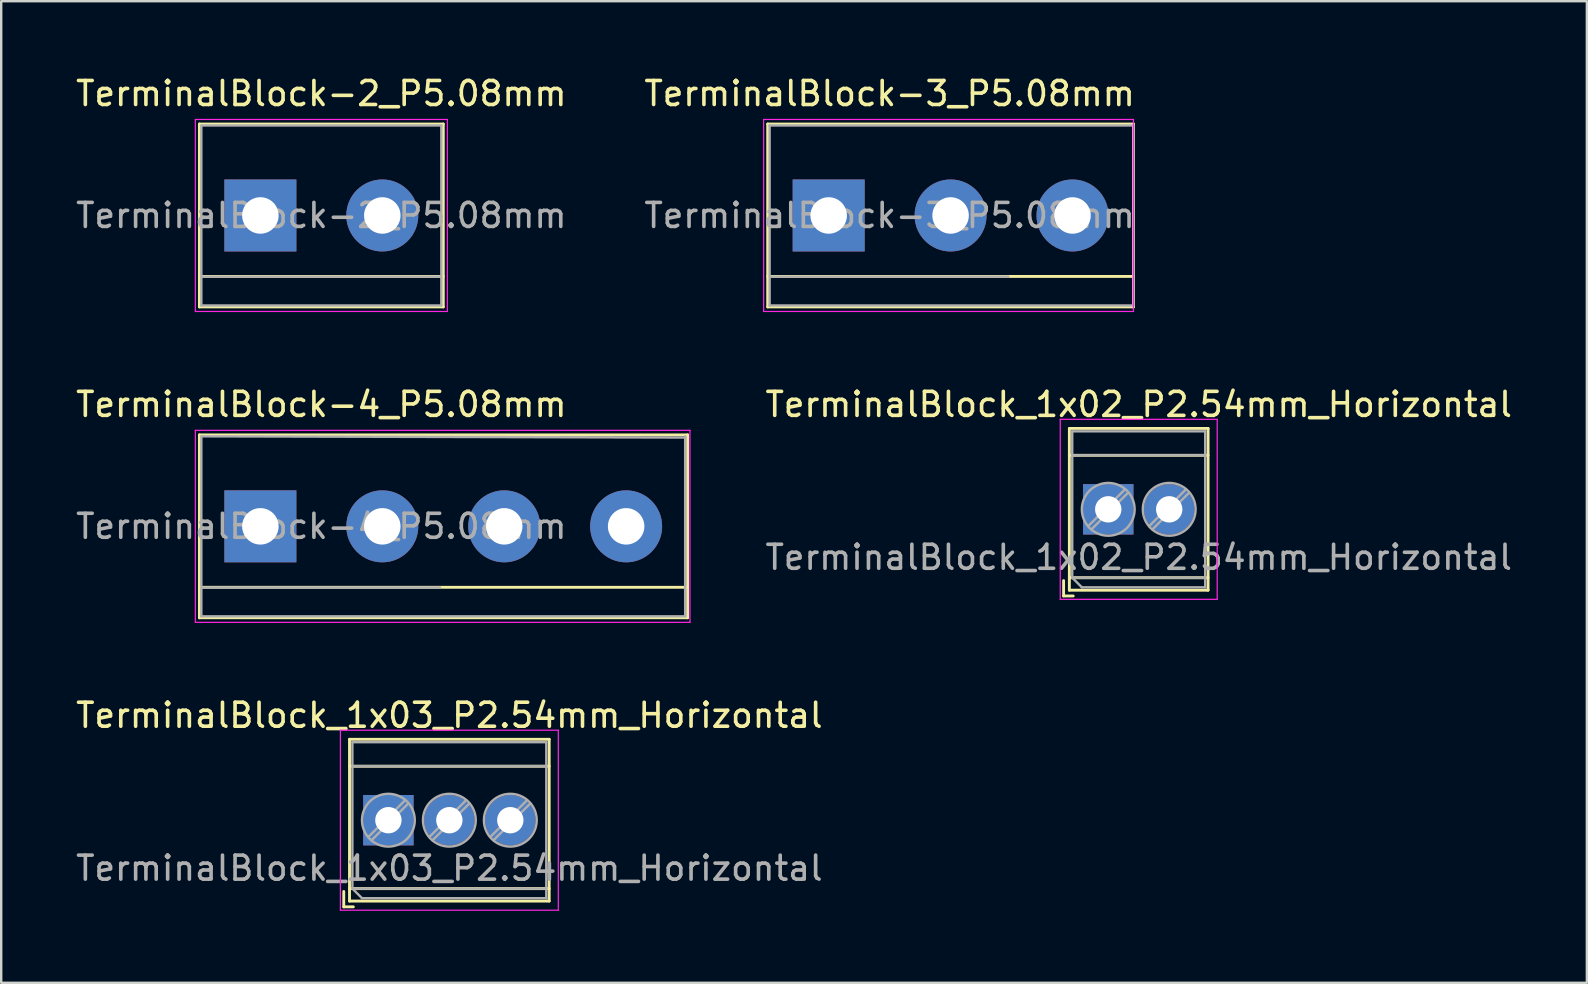
<source format=kicad_pcb>
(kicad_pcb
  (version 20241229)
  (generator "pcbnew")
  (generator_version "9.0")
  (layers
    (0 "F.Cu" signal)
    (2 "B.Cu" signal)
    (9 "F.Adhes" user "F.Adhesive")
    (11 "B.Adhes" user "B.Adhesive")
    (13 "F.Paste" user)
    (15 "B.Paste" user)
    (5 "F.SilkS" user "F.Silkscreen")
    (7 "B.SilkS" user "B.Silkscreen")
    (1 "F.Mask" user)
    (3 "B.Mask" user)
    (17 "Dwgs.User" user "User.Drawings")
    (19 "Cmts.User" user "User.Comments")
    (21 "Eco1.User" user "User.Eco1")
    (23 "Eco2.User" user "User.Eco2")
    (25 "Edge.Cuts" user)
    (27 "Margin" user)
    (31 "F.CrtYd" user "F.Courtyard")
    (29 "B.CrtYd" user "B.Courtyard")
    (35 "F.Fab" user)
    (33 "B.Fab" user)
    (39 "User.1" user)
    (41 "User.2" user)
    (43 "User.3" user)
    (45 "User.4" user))
  (footprint "TerminalBlock-3_P5.08mm"
    (layer "F.Cu")
    (at 31.478 5.928)
    (property "Reference" "TerminalBlock-3_P5.08mm" (at 2.54 -5.08 0) (layer "F.SilkS") (effects (font (size 1 1) (thickness 0.15))))
    (attr through_hole)
    (fp_line (start -2.54 -3.81) (end -2.54 3.81) (stroke (width 0.12) (type solid)) (layer "F.SilkS"))
    (fp_line (start -2.54 3.81) (end 12.7 3.81) (stroke (width 0.12) (type solid)) (layer "F.SilkS"))
    (fp_line (start 12.7 -3.81) (end -2.54 -3.81) (stroke (width 0.12) (type solid)) (layer "F.SilkS"))
    (fp_line (start 12.7 2.54) (end -2.54 2.54) (stroke (width 0.12) (type solid)) (layer "F.SilkS"))
    (fp_line (start 12.7 3.81) (end 12.7 -3.81) (stroke (width 0.12) (type solid)) (layer "F.SilkS"))
    (fp_line (start -2.71 -4) (end -2.71 4) (stroke (width 0.05) (type solid)) (layer "F.CrtYd"))
    (fp_line (start -2.71 -4) (end 12.7 -4) (stroke (width 0.05) (type solid)) (layer "F.CrtYd"))
    (fp_line (start 12.7 4) (end -2.71 4) (stroke (width 0.05) (type solid)) (layer "F.CrtYd"))
    (fp_line (start 12.7 4) (end 12.7 -4) (stroke (width 0.05) (type solid)) (layer "F.CrtYd"))
    (fp_line (start -2.46 -3.75) (end -2.46 3.75) (stroke (width 0.1) (type solid)) (layer "F.Fab"))
    (fp_line (start -2.46 3.75) (end 12.7 3.75) (stroke (width 0.1) (type solid)) (layer "F.Fab"))
    (fp_line (start -2.41 2.55) (end 7.49 2.55) (stroke (width 0.1) (type solid)) (layer "F.Fab"))
    (fp_line (start 12.7 -3.75) (end -2.46 -3.75) (stroke (width 0.1) (type solid)) (layer "F.Fab"))
    (fp_line (start 12.7 3.75) (end 12.7 -3.75) (stroke (width 0.1) (type solid)) (layer "F.Fab"))
    (fp_text user "${REFERENCE}" (at 2.54 0 0) (layer "F.Fab") (effects (font (size 1 1) (thickness 0.15))))
    (pad "1" thru_hole rect (at 0 0) (size 3 3) (drill 1.52) (layers "*.Cu" "*.Mask"))
    (pad "2" thru_hole circle (at 5.08 0) (size 3 3) (drill 1.52) (layers "*.Cu" "*.Mask"))
    (pad "3" thru_hole circle (at 10.16 0) (size 3 3) (drill 1.52) (layers "*.Cu" "*.Mask")))
  (footprint "TerminalBlock-2_P5.08mm"
    (layer "F.Cu")
    (at 7.799 5.928)
    (property "Reference" "TerminalBlock-2_P5.08mm" (at 2.54 -5.08 0) (layer "F.SilkS") (effects (font (size 1 1) (thickness 0.15))))
    (attr through_hole)
    (fp_line (start -2.54 -3.81) (end -2.54 3.81) (stroke (width 0.12) (type solid)) (layer "F.SilkS"))
    (fp_line (start -2.54 3.81) (end 7.62 3.81) (stroke (width 0.12) (type solid)) (layer "F.SilkS"))
    (fp_line (start 7.62 -3.81) (end -2.54 -3.81) (stroke (width 0.12) (type solid)) (layer "F.SilkS"))
    (fp_line (start 7.62 2.54) (end -2.54 2.54) (stroke (width 0.12) (type solid)) (layer "F.SilkS"))
    (fp_line (start 7.62 3.81) (end 7.62 -3.81) (stroke (width 0.12) (type solid)) (layer "F.SilkS"))
    (fp_line (start -2.71 -4) (end -2.71 4) (stroke (width 0.05) (type solid)) (layer "F.CrtYd"))
    (fp_line (start -2.71 -4) (end 7.79 -4) (stroke (width 0.05) (type solid)) (layer "F.CrtYd"))
    (fp_line (start 7.79 4) (end -2.71 4) (stroke (width 0.05) (type solid)) (layer "F.CrtYd"))
    (fp_line (start 7.79 4) (end 7.79 -4) (stroke (width 0.05) (type solid)) (layer "F.CrtYd"))
    (fp_line (start -2.46 -3.75) (end -2.46 3.75) (stroke (width 0.1) (type solid)) (layer "F.Fab"))
    (fp_line (start -2.46 3.75) (end 7.54 3.75) (stroke (width 0.1) (type solid)) (layer "F.Fab"))
    (fp_line (start -2.41 2.55) (end 7.49 2.55) (stroke (width 0.1) (type solid)) (layer "F.Fab"))
    (fp_line (start 7.54 -3.75) (end -2.46 -3.75) (stroke (width 0.1) (type solid)) (layer "F.Fab"))
    (fp_line (start 7.54 3.75) (end 7.54 -3.75) (stroke (width 0.1) (type solid)) (layer "F.Fab"))
    (fp_text user "${REFERENCE}" (at 2.54 0 0) (layer "F.Fab") (effects (font (size 1 1) (thickness 0.15))))
    (pad "1" thru_hole rect (at 0 0) (size 3 3) (drill 1.52) (layers "*.Cu" "*.Mask"))
    (pad "2" thru_hole circle (at 5.08 0) (size 3 3) (drill 1.52) (layers "*.Cu" "*.Mask")))
  (footprint "TerminalBlock-4_P5.08mm"
    (layer "F.Cu")
    (at 7.799 18.881)
    (property "Reference" "TerminalBlock-4_P5.08mm" (at 2.54 -5.08 0) (layer "F.SilkS") (effects (font (size 1 1) (thickness 0.15))))
    (attr through_hole)
    (fp_line (start -2.54 -3.81) (end -2.54 3.81) (stroke (width 0.12) (type solid)) (layer "F.SilkS"))
    (fp_line (start -2.54 3.81) (end 17.8 3.81) (stroke (width 0.12) (type solid)) (layer "F.SilkS"))
    (fp_line (start 17.8 -3.81) (end -2.54 -3.81) (stroke (width 0.12) (type solid)) (layer "F.SilkS"))
    (fp_line (start 17.8 2.54) (end -2.54 2.54) (stroke (width 0.12) (type solid)) (layer "F.SilkS"))
    (fp_line (start 17.8 3.81) (end 17.8 -3.81) (stroke (width 0.12) (type solid)) (layer "F.SilkS"))
    (fp_line (start -2.71 -4) (end -2.71 4) (stroke (width 0.05) (type solid)) (layer "F.CrtYd"))
    (fp_line (start -2.71 -4) (end 17.9 -4) (stroke (width 0.05) (type solid)) (layer "F.CrtYd"))
    (fp_line (start 17.9 4) (end -2.71 4) (stroke (width 0.05) (type solid)) (layer "F.CrtYd"))
    (fp_line (start 17.9 4) (end 17.9 -4) (stroke (width 0.05) (type solid)) (layer "F.CrtYd"))
    (fp_line (start -2.46 -3.75) (end -2.46 3.75) (stroke (width 0.1) (type solid)) (layer "F.Fab"))
    (fp_line (start -2.46 3.75) (end 17.7 3.75) (stroke (width 0.1) (type solid)) (layer "F.Fab"))
    (fp_line (start -2.41 2.55) (end 7.49 2.55) (stroke (width 0.1) (type solid)) (layer "F.Fab"))
    (fp_line (start 17.7 -3.7) (end -2.46 -3.75) (stroke (width 0.1) (type solid)) (layer "F.Fab"))
    (fp_line (start 17.7 3.75) (end 17.7 -3.75) (stroke (width 0.1) (type solid)) (layer "F.Fab"))
    (fp_text user "${REFERENCE}" (at 2.54 0 0) (layer "F.Fab") (effects (font (size 1 1) (thickness 0.15))))
    (pad "1" thru_hole rect (at 0 0) (size 3 3) (drill 1.52) (layers "*.Cu" "*.Mask"))
    (pad "2" thru_hole circle (at 5.08 0) (size 3 3) (drill 1.52) (layers "*.Cu" "*.Mask"))
    (pad "3" thru_hole circle (at 10.16 0) (size 3 3) (drill 1.52) (layers "*.Cu" "*.Mask"))
    (pad "4" thru_hole circle (at 15.24 0) (size 3 3) (drill 1.52) (layers "*.Cu" "*.Mask")))
  (footprint "TerminalBlock_1x03_P2.54mm_Horizontal"
    (layer "F.Cu")
    (at 13.133 31.125)
    (property "Reference" "TerminalBlock_1x03_P2.54mm_Horizontal" (at 2.54 -4.37 0) (layer "F.SilkS") (effects (font (size 1 1) (thickness 0.15))))
    (attr through_hole)
    (fp_line (start -1.86 2.97) (end -1.86 3.61) (stroke (width 0.12) (type solid)) (layer "F.SilkS"))
    (fp_line (start -1.86 3.61) (end -1.46 3.61) (stroke (width 0.12) (type solid)) (layer "F.SilkS"))
    (fp_line (start -1.62 -3.37) (end -1.62 3.37) (stroke (width 0.12) (type solid)) (layer "F.SilkS"))
    (fp_line (start -1.62 -3.37) (end 6.7 -3.37) (stroke (width 0.12) (type solid)) (layer "F.SilkS"))
    (fp_line (start -1.62 -2.25) (end 6.7 -2.25) (stroke (width 0.12) (type solid)) (layer "F.SilkS"))
    (fp_line (start -1.62 2.85) (end 6.7 2.85) (stroke (width 0.12) (type solid)) (layer "F.SilkS"))
    (fp_line (start -1.62 3.37) (end 6.7 3.37) (stroke (width 0.12) (type solid)) (layer "F.SilkS"))
    (fp_line (start 6.7 -3.37) (end 6.7 3.37) (stroke (width 0.12) (type solid)) (layer "F.SilkS"))
    (fp_line (start -2 -3.75) (end -2 3.75) (stroke (width 0.05) (type solid)) (layer "F.CrtYd"))
    (fp_line (start -2 3.75) (end 7.08 3.75) (stroke (width 0.05) (type solid)) (layer "F.CrtYd"))
    (fp_line (start 7.08 -3.75) (end -2 -3.75) (stroke (width 0.05) (type solid)) (layer "F.CrtYd"))
    (fp_line (start 7.08 3.75) (end 7.08 -3.75) (stroke (width 0.05) (type solid)) (layer "F.CrtYd"))
    (fp_line (start -1.5 -3.25) (end 6.58 -3.25) (stroke (width 0.1) (type solid)) (layer "F.Fab"))
    (fp_line (start -1.5 -2.25) (end 6.58 -2.25) (stroke (width 0.1) (type solid)) (layer "F.Fab"))
    (fp_line (start -1.5 2.85) (end -1.5 -3.25) (stroke (width 0.1) (type solid)) (layer "F.Fab"))
    (fp_line (start -1.5 2.85) (end 6.58 2.85) (stroke (width 0.1) (type solid)) (layer "F.Fab"))
    (fp_line (start -1.1 3.25) (end -1.5 2.85) (stroke (width 0.1) (type solid)) (layer "F.Fab"))
    (fp_line (start 0.701 -0.835) (end -0.835 0.7) (stroke (width 0.1) (type solid)) (layer "F.Fab"))
    (fp_line (start 0.835 -0.7) (end -0.701 0.835) (stroke (width 0.1) (type solid)) (layer "F.Fab"))
    (fp_line (start 3.241 -0.835) (end 1.706 0.7) (stroke (width 0.1) (type solid)) (layer "F.Fab"))
    (fp_line (start 3.375 -0.7) (end 1.84 0.835) (stroke (width 0.1) (type solid)) (layer "F.Fab"))
    (fp_line (start 5.781 -0.835) (end 4.246 0.7) (stroke (width 0.1) (type solid)) (layer "F.Fab"))
    (fp_line (start 5.915 -0.7) (end 4.38 0.835) (stroke (width 0.1) (type solid)) (layer "F.Fab"))
    (fp_line (start 6.58 -3.25) (end 6.58 3.25) (stroke (width 0.1) (type solid)) (layer "F.Fab"))
    (fp_line (start 6.58 3.25) (end -1.1 3.25) (stroke (width 0.1) (type solid)) (layer "F.Fab"))
    (fp_circle (center 0 0) (end 1.1 0) (stroke (width 0.1) (type solid)) (fill no) (layer "F.Fab"))
    (fp_circle (center 2.54 0) (end 3.64 0) (stroke (width 0.1) (type solid)) (fill no) (layer "F.Fab"))
    (fp_circle (center 5.08 0) (end 6.18 0) (stroke (width 0.1) (type solid)) (fill no) (layer "F.Fab"))
    (fp_text user "${REFERENCE}" (at 2.54 2 0) (layer "F.Fab") (effects (font (size 1 1) (thickness 0.15))))
    (pad "1" thru_hole rect (at 0 0) (size 2.1 2.1) (drill 1.1) (layers "*.Cu" "*.Mask"))
    (pad "2" thru_hole circle (at 2.54 0) (size 2.1 2.1) (drill 1.1) (layers "*.Cu" "*.Mask"))
    (pad "3" thru_hole circle (at 5.08 0) (size 2.1 2.1) (drill 1.1) (layers "*.Cu" "*.Mask")))
  (footprint "TerminalBlock_1x02_P2.54mm_Horizontal"
    (layer "F.Cu")
    (at 43.127 18.172)
    (property "Reference" "TerminalBlock_1x02_P2.54mm_Horizontal" (at 1.27 -4.37 0) (layer "F.SilkS") (effects (font (size 1 1) (thickness 0.15))))
    (attr through_hole)
    (fp_line (start -1.86 2.97) (end -1.86 3.61) (stroke (width 0.12) (type solid)) (layer "F.SilkS"))
    (fp_line (start -1.86 3.61) (end -1.46 3.61) (stroke (width 0.12) (type solid)) (layer "F.SilkS"))
    (fp_line (start -1.62 -3.37) (end -1.62 3.37) (stroke (width 0.12) (type solid)) (layer "F.SilkS"))
    (fp_line (start -1.62 -3.37) (end 4.16 -3.37) (stroke (width 0.12) (type solid)) (layer "F.SilkS"))
    (fp_line (start -1.62 -2.25) (end 4.16 -2.25) (stroke (width 0.12) (type solid)) (layer "F.SilkS"))
    (fp_line (start -1.62 2.85) (end 4.16 2.85) (stroke (width 0.12) (type solid)) (layer "F.SilkS"))
    (fp_line (start -1.62 3.37) (end 4.16 3.37) (stroke (width 0.12) (type solid)) (layer "F.SilkS"))
    (fp_line (start 4.16 -3.37) (end 4.16 3.37) (stroke (width 0.12) (type solid)) (layer "F.SilkS"))
    (fp_line (start -2 -3.75) (end -2 3.75) (stroke (width 0.05) (type solid)) (layer "F.CrtYd"))
    (fp_line (start -2 3.75) (end 4.54 3.75) (stroke (width 0.05) (type solid)) (layer "F.CrtYd"))
    (fp_line (start 4.54 -3.75) (end -2 -3.75) (stroke (width 0.05) (type solid)) (layer "F.CrtYd"))
    (fp_line (start 4.54 3.75) (end 4.54 -3.75) (stroke (width 0.05) (type solid)) (layer "F.CrtYd"))
    (fp_line (start -1.5 -3.25) (end 4.04 -3.25) (stroke (width 0.1) (type solid)) (layer "F.Fab"))
    (fp_line (start -1.5 -2.25) (end 4.04 -2.25) (stroke (width 0.1) (type solid)) (layer "F.Fab"))
    (fp_line (start -1.5 2.85) (end -1.5 -3.25) (stroke (width 0.1) (type solid)) (layer "F.Fab"))
    (fp_line (start -1.5 2.85) (end 4.04 2.85) (stroke (width 0.1) (type solid)) (layer "F.Fab"))
    (fp_line (start -1.1 3.25) (end -1.5 2.85) (stroke (width 0.1) (type solid)) (layer "F.Fab"))
    (fp_line (start 0.701 -0.835) (end -0.835 0.7) (stroke (width 0.1) (type solid)) (layer "F.Fab"))
    (fp_line (start 0.835 -0.7) (end -0.701 0.835) (stroke (width 0.1) (type solid)) (layer "F.Fab"))
    (fp_line (start 3.241 -0.835) (end 1.706 0.7) (stroke (width 0.1) (type solid)) (layer "F.Fab"))
    (fp_line (start 3.375 -0.7) (end 1.84 0.835) (stroke (width 0.1) (type solid)) (layer "F.Fab"))
    (fp_line (start 4.04 -3.25) (end 4.04 3.25) (stroke (width 0.1) (type solid)) (layer "F.Fab"))
    (fp_line (start 4.04 3.25) (end -1.1 3.25) (stroke (width 0.1) (type solid)) (layer "F.Fab"))
    (fp_circle (center 0 0) (end 1.1 0) (stroke (width 0.1) (type solid)) (fill no) (layer "F.Fab"))
    (fp_circle (center 2.54 0) (end 3.64 0) (stroke (width 0.1) (type solid)) (fill no) (layer "F.Fab"))
    (fp_text user "${REFERENCE}" (at 1.27 2 0) (layer "F.Fab") (effects (font (size 1 1) (thickness 0.15))))
    (pad "1" thru_hole rect (at 0 0) (size 2.1 2.1) (drill 1.1) (layers "*.Cu" "*.Mask"))
    (pad "2" thru_hole circle (at 2.54 0) (size 2.1 2.1) (drill 1.1) (layers "*.Cu" "*.Mask")))
  (gr_rect
    (start -3 -3)
    (end 63.07 37.9)
    (stroke (width 0.1) (type default))
    (fill no)
    (layer "Edge.Cuts")))
</source>
